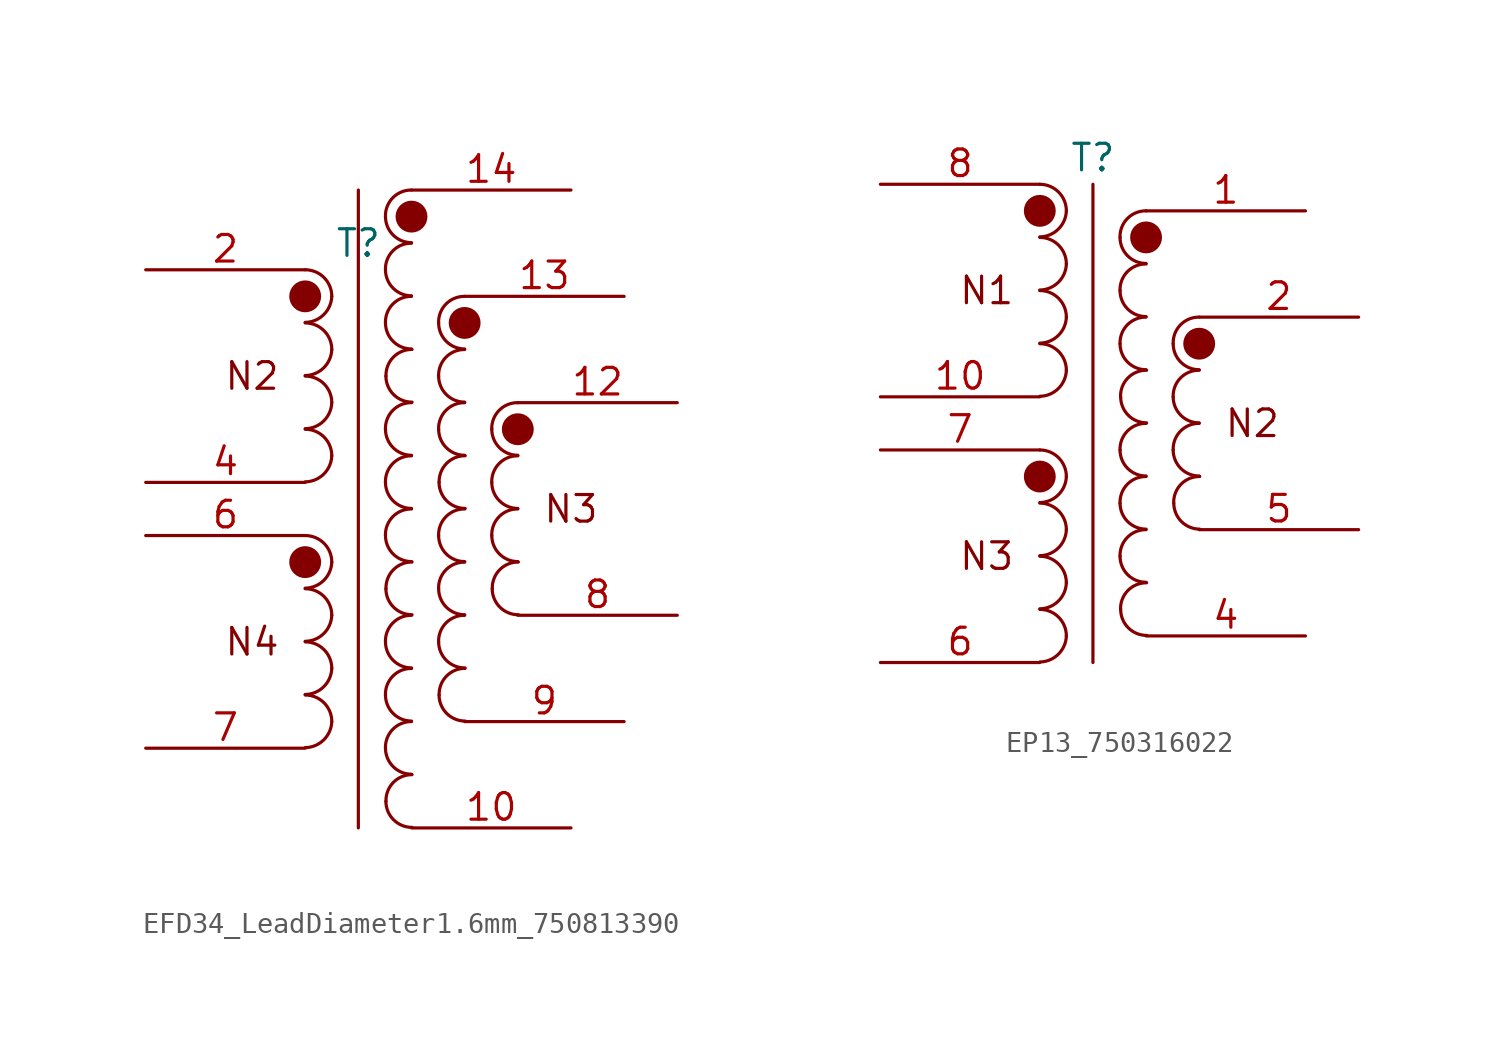
<source format=kicad_sym>
(kicad_symbol_lib
  (version 20220914)
  (generator kicad_symbol_editor)
  (symbol "EFD34_LeadDiameter1.6mm_750813390"
    (pin_names hide)
    (property "Reference" "T"
      (at 0 12.7 0)
      (effects (font (size 1.27 1.27))))
    (symbol "EFD34_LeadDiameter1.6mm_750813390_0_1"
      (arc (start -2.54 -11.4046) (mid -1.6561 -11.0363) (end -1.27 -10.16) (stroke (width 0) (type default)) (fill (type none)))
      (arc (start -2.54 -8.8646) (mid -1.6561 -8.4963) (end -1.27 -7.62) (stroke (width 0) (type default)) (fill (type none)))
      (arc (start -2.54 -6.3246) (mid -1.6561 -5.9563) (end -1.27 -5.08) (stroke (width 0) (type default)) (fill (type none)))
      (arc (start -2.54 -3.7846) (mid -1.6561 -3.4163) (end -1.27 -2.54) (stroke (width 0) (type default)) (fill (type none)))
      (arc (start -2.54 1.2954) (mid -1.6561 1.6637) (end -1.27 2.54) (stroke (width 0) (type default)) (fill (type none)))
      (arc (start -2.54 3.8354) (mid -1.6561 4.2037) (end -1.27 5.08) (stroke (width 0) (type default)) (fill (type none)))
      (arc (start -2.54 6.3754) (mid -1.6561 6.7437) (end -1.27 7.62) (stroke (width 0) (type default)) (fill (type none)))
      (arc (start -2.54 8.9154) (mid -1.6561 9.2837) (end -1.27 10.16) (stroke (width 0) (type default)) (fill (type none)))
      (arc (start -1.27 -10.16) (mid -1.642 -9.262) (end -2.54 -8.89) (stroke (width 0) (type default)) (fill (type none)))
      (arc (start -1.27 -7.62) (mid -1.642 -6.722) (end -2.54 -6.35) (stroke (width 0) (type default)) (fill (type none)))
      (arc (start -1.27 -5.08) (mid -1.642 -4.182) (end -2.54 -3.81) (stroke (width 0) (type default)) (fill (type none)))
      (arc (start -1.27 -2.54) (mid -1.642 -1.642) (end -2.54 -1.27) (stroke (width 0) (type default)) (fill (type none)))
      (arc (start -1.27 2.54) (mid -1.642 3.438) (end -2.54 3.81) (stroke (width 0) (type default)) (fill (type none)))
      (arc (start -1.27 5.08) (mid -1.642 5.978) (end -2.54 6.35) (stroke (width 0) (type default)) (fill (type none)))
      (arc (start -1.27 7.62) (mid -1.642 8.518) (end -2.54 8.89) (stroke (width 0) (type default)) (fill (type none)))
      (arc (start -1.27 10.16) (mid -1.642 11.058) (end -2.54 11.43) (stroke (width 0) (type default)) (fill (type none)))
      (polyline (pts (xy 0 15.24) (xy 0 -15.24)) (stroke (width 0) (type default)) (fill (type none)))
      (arc (start 1.2954 -11.43) (mid 1.6599 -12.3101) (end 2.54 -12.6746) (stroke (width 0) (type default)) (fill (type none)))
      (arc (start 1.2954 -8.89) (mid 1.6599 -9.7701) (end 2.54 -10.1346) (stroke (width 0) (type default)) (fill (type none)))
      (arc (start 1.2954 -6.35) (mid 1.6599 -7.2301) (end 2.54 -7.5946) (stroke (width 0) (type default)) (fill (type none)))
      (arc (start 1.2954 -1.27) (mid 1.6599 -2.1501) (end 2.54 -2.5146) (stroke (width 0) (type default)) (fill (type none)))
      (arc (start 1.2954 1.27) (mid 1.6599 0.3899) (end 2.54 0.0254) (stroke (width 0) (type default)) (fill (type none)))
      (arc (start 1.2954 3.81) (mid 1.6599 2.9299) (end 2.54 2.5654) (stroke (width 0) (type default)) (fill (type none)))
      (arc (start 1.2954 8.89) (mid 1.6599 8.0099) (end 2.54 7.6454) (stroke (width 0) (type default)) (fill (type none)))
      (arc (start 1.2954 11.43) (mid 1.6599 10.5499) (end 2.54 10.1854) (stroke (width 0) (type default)) (fill (type none)))
      (arc (start 1.2954 13.97) (mid 1.6599 13.0899) (end 2.54 12.7254) (stroke (width 0) (type default)) (fill (type none)))
      (arc (start 1.3208 -13.97) (mid 1.6853 -14.8503) (end 2.5654 -15.2146) (stroke (width 0) (type default)) (fill (type none)))
      (arc (start 1.3208 -3.81) (mid 1.6853 -4.6903) (end 2.5654 -5.0546) (stroke (width 0) (type default)) (fill (type none)))
      (arc (start 1.3208 6.35) (mid 1.6853 5.4697) (end 2.5654 5.1054) (stroke (width 0) (type default)) (fill (type none)))
      (arc (start 2.54 -10.16) (mid 1.6458 -10.5285) (end 1.2954 -11.43) (stroke (width 0) (type default)) (fill (type none)))
      (arc (start 2.54 -7.62) (mid 1.6458 -7.9885) (end 1.2954 -8.89) (stroke (width 0) (type default)) (fill (type none)))
      (arc (start 2.54 -5.08) (mid 1.6458 -5.4485) (end 1.2954 -6.35) (stroke (width 0) (type default)) (fill (type none)))
      (arc (start 2.54 0) (mid 1.6458 -0.3685) (end 1.2954 -1.27) (stroke (width 0) (type default)) (fill (type none)))
      (arc (start 2.54 2.54) (mid 1.6458 2.1715) (end 1.2954 1.27) (stroke (width 0) (type default)) (fill (type none)))
      (arc (start 2.54 5.08) (mid 1.6458 4.7115) (end 1.2954 3.81) (stroke (width 0) (type default)) (fill (type none)))
      (arc (start 2.54 10.16) (mid 1.6458 9.7915) (end 1.2954 8.89) (stroke (width 0) (type default)) (fill (type none)))
      (arc (start 2.54 12.7) (mid 1.6458 12.3315) (end 1.2954 11.43) (stroke (width 0) (type default)) (fill (type none)))
      (arc (start 2.54 15.24) (mid 1.6458 14.8715) (end 1.2954 13.97) (stroke (width 0) (type default)) (fill (type none)))
      (arc (start 2.5654 -12.7) (mid 1.6709 -13.0683) (end 1.3208 -13.97) (stroke (width 0) (type default)) (fill (type none)))
      (arc (start 2.5654 -2.54) (mid 1.6709 -2.9083) (end 1.3208 -3.81) (stroke (width 0) (type default)) (fill (type none)))
      (arc (start 2.5654 7.62) (mid 1.6709 7.2517) (end 1.3208 6.35) (stroke (width 0) (type default)) (fill (type none)))
      (arc (start 3.8354 -6.35) (mid 4.1999 -7.2301) (end 5.08 -7.5946) (stroke (width 0) (type default)) (fill (type none)))
      (arc (start 3.8354 -3.81) (mid 4.1999 -4.6901) (end 5.08 -5.0546) (stroke (width 0) (type default)) (fill (type none)))
      (arc (start 3.8354 -1.27) (mid 4.1999 -2.1501) (end 5.08 -2.5146) (stroke (width 0) (type default)) (fill (type none)))
      (arc (start 3.8354 3.81) (mid 4.1999 2.9299) (end 5.08 2.5654) (stroke (width 0) (type default)) (fill (type none)))
      (arc (start 3.8354 6.35) (mid 4.1999 5.4699) (end 5.08 5.1054) (stroke (width 0) (type default)) (fill (type none)))
      (arc (start 3.8354 8.89) (mid 4.1999 8.0099) (end 5.08 7.6454) (stroke (width 0) (type default)) (fill (type none)))
      (arc (start 3.8608 -8.89) (mid 4.2253 -9.7703) (end 5.1054 -10.1346) (stroke (width 0) (type default)) (fill (type none)))
      (arc (start 3.8608 1.27) (mid 4.2253 0.3897) (end 5.1054 0.0254) (stroke (width 0) (type default)) (fill (type none)))
      (arc (start 5.08 -5.08) (mid 4.1858 -5.4485) (end 3.8354 -6.35) (stroke (width 0) (type default)) (fill (type none)))
      (arc (start 5.08 -2.54) (mid 4.1858 -2.9085) (end 3.8354 -3.81) (stroke (width 0) (type default)) (fill (type none)))
      (arc (start 5.08 0) (mid 4.1858 -0.3685) (end 3.8354 -1.27) (stroke (width 0) (type default)) (fill (type none)))
      (arc (start 5.08 5.08) (mid 4.1858 4.7115) (end 3.8354 3.81) (stroke (width 0) (type default)) (fill (type none)))
      (arc (start 5.08 7.62) (mid 4.1858 7.2515) (end 3.8354 6.35) (stroke (width 0) (type default)) (fill (type none)))
      (arc (start 5.08 10.16) (mid 4.1858 9.7915) (end 3.8354 8.89) (stroke (width 0) (type default)) (fill (type none)))
      (arc (start 5.1054 -7.62) (mid 4.2109 -7.9883) (end 3.8608 -8.89) (stroke (width 0) (type default)) (fill (type none)))
      (arc (start 5.1054 2.54) (mid 4.2109 2.1717) (end 3.8608 1.27) (stroke (width 0) (type default)) (fill (type none)))
      (arc (start 6.3754 -1.27) (mid 6.7399 -2.1501) (end 7.62 -2.5146) (stroke (width 0) (type default)) (fill (type none)))
      (arc (start 6.3754 1.27) (mid 6.7399 0.3899) (end 7.62 0.0254) (stroke (width 0) (type default)) (fill (type none)))
      (arc (start 6.3754 3.81) (mid 6.7399 2.9299) (end 7.62 2.5654) (stroke (width 0) (type default)) (fill (type none)))
      (arc (start 6.4008 -3.81) (mid 6.7654 -4.6899) (end 7.6454 -5.0546) (stroke (width 0) (type default)) (fill (type none)))
      (arc (start 7.62 0) (mid 6.7258 -0.3685) (end 6.3754 -1.27) (stroke (width 0) (type default)) (fill (type none)))
      (arc (start 7.62 2.54) (mid 6.7258 2.1715) (end 6.3754 1.27) (stroke (width 0) (type default)) (fill (type none)))
      (arc (start 7.62 5.08) (mid 6.7258 4.7115) (end 6.3754 3.81) (stroke (width 0) (type default)) (fill (type none)))
      (arc (start 7.6454 -2.54) (mid 6.7509 -2.9083) (end 6.4008 -3.81) (stroke (width 0) (type default)) (fill (type none))))
    (symbol "EFD34_LeadDiameter1.6mm_750813390_1_1"
      (circle (center -2.54 -2.54) (radius 0.0001) (stroke (width 0.762) (type default)) (fill (type none)))
      (circle (center -2.54 10.16) (radius 0.0001) (stroke (width 0.762) (type default)) (fill (type none)))
      (circle (center 2.54 13.97) (radius 0.0001) (stroke (width 0.762) (type default)) (fill (type none)))
      (circle (center 5.08 8.89) (radius 0.0001) (stroke (width 0.762) (type default)) (fill (type none)))
      (circle (center 7.62 3.81) (radius 0.0001) (stroke (width 0.762) (type default)) (fill (type none)))
      (text "N2" (at -5.08 6.35 0) (effects (font (size 1.27 1.27))))
      (text "N3" (at 10.16 0 0) (effects (font (size 1.27 1.27))))
      (text "N4" (at -5.08 -6.35 0) (effects (font (size 1.27 1.27))))
      (pin passive line (at 10.16 -15.24 180) (length 7.62) (name "10" (effects (font (size 1.27 1.27)))) (number "10" (effects (font (size 1.27 1.27)))))
      (pin passive line (at 15.24 5.08 180) (length 7.62) (name "12" (effects (font (size 1.27 1.27)))) (number "12" (effects (font (size 1.27 1.27)))))
      (pin passive line (at 12.7 10.16 180) (length 7.62) (name "13" (effects (font (size 1.27 1.27)))) (number "13" (effects (font (size 1.27 1.27)))))
      (pin passive line (at 10.16 15.24 180) (length 7.62) (name "14" (effects (font (size 1.27 1.27)))) (number "14" (effects (font (size 1.27 1.27)))))
      (pin passive line (at -10.16 11.43 0) (length 7.62) (name "2" (effects (font (size 1.27 1.27)))) (number "2" (effects (font (size 1.27 1.27)))))
      (pin passive line (at -10.16 1.27 0) (length 7.62) (name "4" (effects (font (size 1.27 1.27)))) (number "4" (effects (font (size 1.27 1.27)))))
      (pin passive line (at -10.16 -1.27 0) (length 7.62) (name "6" (effects (font (size 1.27 1.27)))) (number "6" (effects (font (size 1.27 1.27)))))
      (pin passive line (at -10.16 -11.43 0) (length 7.62) (name "7" (effects (font (size 1.27 1.27)))) (number "7" (effects (font (size 1.27 1.27)))))
      (pin passive line (at 15.24 -5.08 180) (length 7.62) (name "8" (effects (font (size 1.27 1.27)))) (number "8" (effects (font (size 1.27 1.27)))))
      (pin passive line (at 12.7 -10.16 180) (length 7.62) (name "9" (effects (font (size 1.27 1.27)))) (number "9" (effects (font (size 1.27 1.27)))))))
  (symbol "EP13_750316022"
    (pin_names hide)
    (property "Reference" "T"
      (at 0 12.7 0)
      (effects (font (size 1.27 1.27))))
    (symbol "EP13_750316022_0_1"
      (arc (start -2.54 -11.4046) (mid -1.6561 -11.0363) (end -1.27 -10.16) (stroke (width 0) (type default)) (fill (type none)))
      (arc (start -2.54 -8.8646) (mid -1.6561 -8.4963) (end -1.27 -7.62) (stroke (width 0) (type default)) (fill (type none)))
      (arc (start -2.54 -6.3246) (mid -1.6561 -5.9563) (end -1.27 -5.08) (stroke (width 0) (type default)) (fill (type none)))
      (arc (start -2.54 -3.7846) (mid -1.6561 -3.4163) (end -1.27 -2.54) (stroke (width 0) (type default)) (fill (type none)))
      (arc (start -2.54 1.2954) (mid -1.6561 1.6637) (end -1.27 2.54) (stroke (width 0) (type default)) (fill (type none)))
      (arc (start -2.54 3.8354) (mid -1.6561 4.2037) (end -1.27 5.08) (stroke (width 0) (type default)) (fill (type none)))
      (arc (start -2.54 6.3754) (mid -1.6561 6.7437) (end -1.27 7.62) (stroke (width 0) (type default)) (fill (type none)))
      (arc (start -2.54 8.9154) (mid -1.6561 9.2837) (end -1.27 10.16) (stroke (width 0) (type default)) (fill (type none)))
      (arc (start -1.27 -10.16) (mid -1.642 -9.262) (end -2.54 -8.89) (stroke (width 0) (type default)) (fill (type none)))
      (arc (start -1.27 -7.62) (mid -1.642 -6.722) (end -2.54 -6.35) (stroke (width 0) (type default)) (fill (type none)))
      (arc (start -1.27 -5.08) (mid -1.642 -4.182) (end -2.54 -3.81) (stroke (width 0) (type default)) (fill (type none)))
      (arc (start -1.27 -2.54) (mid -1.642 -1.642) (end -2.54 -1.27) (stroke (width 0) (type default)) (fill (type none)))
      (arc (start -1.27 2.54) (mid -1.642 3.438) (end -2.54 3.81) (stroke (width 0) (type default)) (fill (type none)))
      (arc (start -1.27 5.08) (mid -1.642 5.978) (end -2.54 6.35) (stroke (width 0) (type default)) (fill (type none)))
      (arc (start -1.27 7.62) (mid -1.642 8.518) (end -2.54 8.89) (stroke (width 0) (type default)) (fill (type none)))
      (arc (start -1.27 10.16) (mid -1.642 11.058) (end -2.54 11.43) (stroke (width 0) (type default)) (fill (type none)))
      (polyline (pts (xy 0 11.43) (xy 0 -11.43)) (stroke (width 0) (type default)) (fill (type none)))
      (arc (start 1.2954 -6.35) (mid 1.6599 -7.2301) (end 2.54 -7.5946) (stroke (width 0) (type default)) (fill (type none)))
      (arc (start 1.2954 -3.81) (mid 1.6599 -4.6901) (end 2.54 -5.0546) (stroke (width 0) (type default)) (fill (type none)))
      (arc (start 1.2954 -1.27) (mid 1.6599 -2.1501) (end 2.54 -2.5146) (stroke (width 0) (type default)) (fill (type none)))
      (arc (start 1.2954 3.81) (mid 1.6599 2.9299) (end 2.54 2.5654) (stroke (width 0) (type default)) (fill (type none)))
      (arc (start 1.2954 6.35) (mid 1.6599 5.4699) (end 2.54 5.1054) (stroke (width 0) (type default)) (fill (type none)))
      (arc (start 1.2954 8.89) (mid 1.6599 8.0099) (end 2.54 7.6454) (stroke (width 0) (type default)) (fill (type none)))
      (arc (start 1.3208 -8.89) (mid 1.6853 -9.7703) (end 2.5654 -10.1346) (stroke (width 0) (type default)) (fill (type none)))
      (arc (start 1.3208 1.27) (mid 1.6853 0.3897) (end 2.5654 0.0254) (stroke (width 0) (type default)) (fill (type none)))
      (arc (start 2.54 -5.08) (mid 1.6458 -5.4485) (end 1.2954 -6.35) (stroke (width 0) (type default)) (fill (type none)))
      (arc (start 2.54 -2.54) (mid 1.6458 -2.9085) (end 1.2954 -3.81) (stroke (width 0) (type default)) (fill (type none)))
      (arc (start 2.54 0) (mid 1.6458 -0.3685) (end 1.2954 -1.27) (stroke (width 0) (type default)) (fill (type none)))
      (arc (start 2.54 5.08) (mid 1.6458 4.7115) (end 1.2954 3.81) (stroke (width 0) (type default)) (fill (type none)))
      (arc (start 2.54 7.62) (mid 1.6458 7.2515) (end 1.2954 6.35) (stroke (width 0) (type default)) (fill (type none)))
      (arc (start 2.54 10.16) (mid 1.6458 9.7915) (end 1.2954 8.89) (stroke (width 0) (type default)) (fill (type none)))
      (arc (start 2.5654 -7.62) (mid 1.6709 -7.9883) (end 1.3208 -8.89) (stroke (width 0) (type default)) (fill (type none)))
      (arc (start 2.5654 2.54) (mid 1.6709 2.1717) (end 1.3208 1.27) (stroke (width 0) (type default)) (fill (type none)))
      (arc (start 3.8354 -1.27) (mid 4.1999 -2.1501) (end 5.08 -2.5146) (stroke (width 0) (type default)) (fill (type none)))
      (arc (start 3.8354 1.27) (mid 4.1999 0.3899) (end 5.08 0.0254) (stroke (width 0) (type default)) (fill (type none)))
      (arc (start 3.8354 3.81) (mid 4.1999 2.9299) (end 5.08 2.5654) (stroke (width 0) (type default)) (fill (type none)))
      (arc (start 3.8608 -3.81) (mid 4.2254 -4.6899) (end 5.1054 -5.0546) (stroke (width 0) (type default)) (fill (type none)))
      (arc (start 5.08 0) (mid 4.1858 -0.3685) (end 3.8354 -1.27) (stroke (width 0) (type default)) (fill (type none)))
      (arc (start 5.08 2.54) (mid 4.1858 2.1715) (end 3.8354 1.27) (stroke (width 0) (type default)) (fill (type none)))
      (arc (start 5.08 5.08) (mid 4.1858 4.7115) (end 3.8354 3.81) (stroke (width 0) (type default)) (fill (type none)))
      (arc (start 5.1054 -2.54) (mid 4.2109 -2.9083) (end 3.8608 -3.81) (stroke (width 0) (type default)) (fill (type none))))
    (symbol "EP13_750316022_1_1"
      (circle (center -2.54 -2.54) (radius 0.0001) (stroke (width 0.762) (type default)) (fill (type none)))
      (circle (center -2.54 10.16) (radius 0.0001) (stroke (width 0.762) (type default)) (fill (type none)))
      (circle (center 2.54 8.89) (radius 0.0001) (stroke (width 0.762) (type default)) (fill (type none)))
      (circle (center 5.08 3.81) (radius 0.0001) (stroke (width 0.762) (type default)) (fill (type none)))
      (text "N1" (at -5.08 6.35 0) (effects (font (size 1.27 1.27))))
      (text "N2" (at 7.62 0 0) (effects (font (size 1.27 1.27))))
      (text "N3" (at -5.08 -6.35 0) (effects (font (size 1.27 1.27))))
      (pin passive line (at 10.16 10.16 180) (length 7.62) (name "1" (effects (font (size 1.27 1.27)))) (number "1" (effects (font (size 1.27 1.27)))))
      (pin passive line (at -10.16 1.27 0) (length 7.62) (name "10" (effects (font (size 1.27 1.27)))) (number "10" (effects (font (size 1.27 1.27)))))
      (pin passive line (at 12.7 5.08 180) (length 7.62) (name "2" (effects (font (size 1.27 1.27)))) (number "2" (effects (font (size 1.27 1.27)))))
      (pin passive line (at 10.16 -10.16 180) (length 7.62) (name "4" (effects (font (size 1.27 1.27)))) (number "4" (effects (font (size 1.27 1.27)))))
      (pin passive line (at 12.7 -5.08 180) (length 7.62) (name "5" (effects (font (size 1.27 1.27)))) (number "5" (effects (font (size 1.27 1.27)))))
      (pin passive line (at -10.16 -11.43 0) (length 7.62) (name "6" (effects (font (size 1.27 1.27)))) (number "6" (effects (font (size 1.27 1.27)))))
      (pin passive line (at -10.16 -1.27 0) (length 7.62) (name "7" (effects (font (size 1.27 1.27)))) (number "7" (effects (font (size 1.27 1.27)))))
      (pin passive line (at -10.16 11.43 0) (length 7.62) (name "8" (effects (font (size 1.27 1.27)))) (number "8" (effects (font (size 1.27 1.27))))))))
</source>
